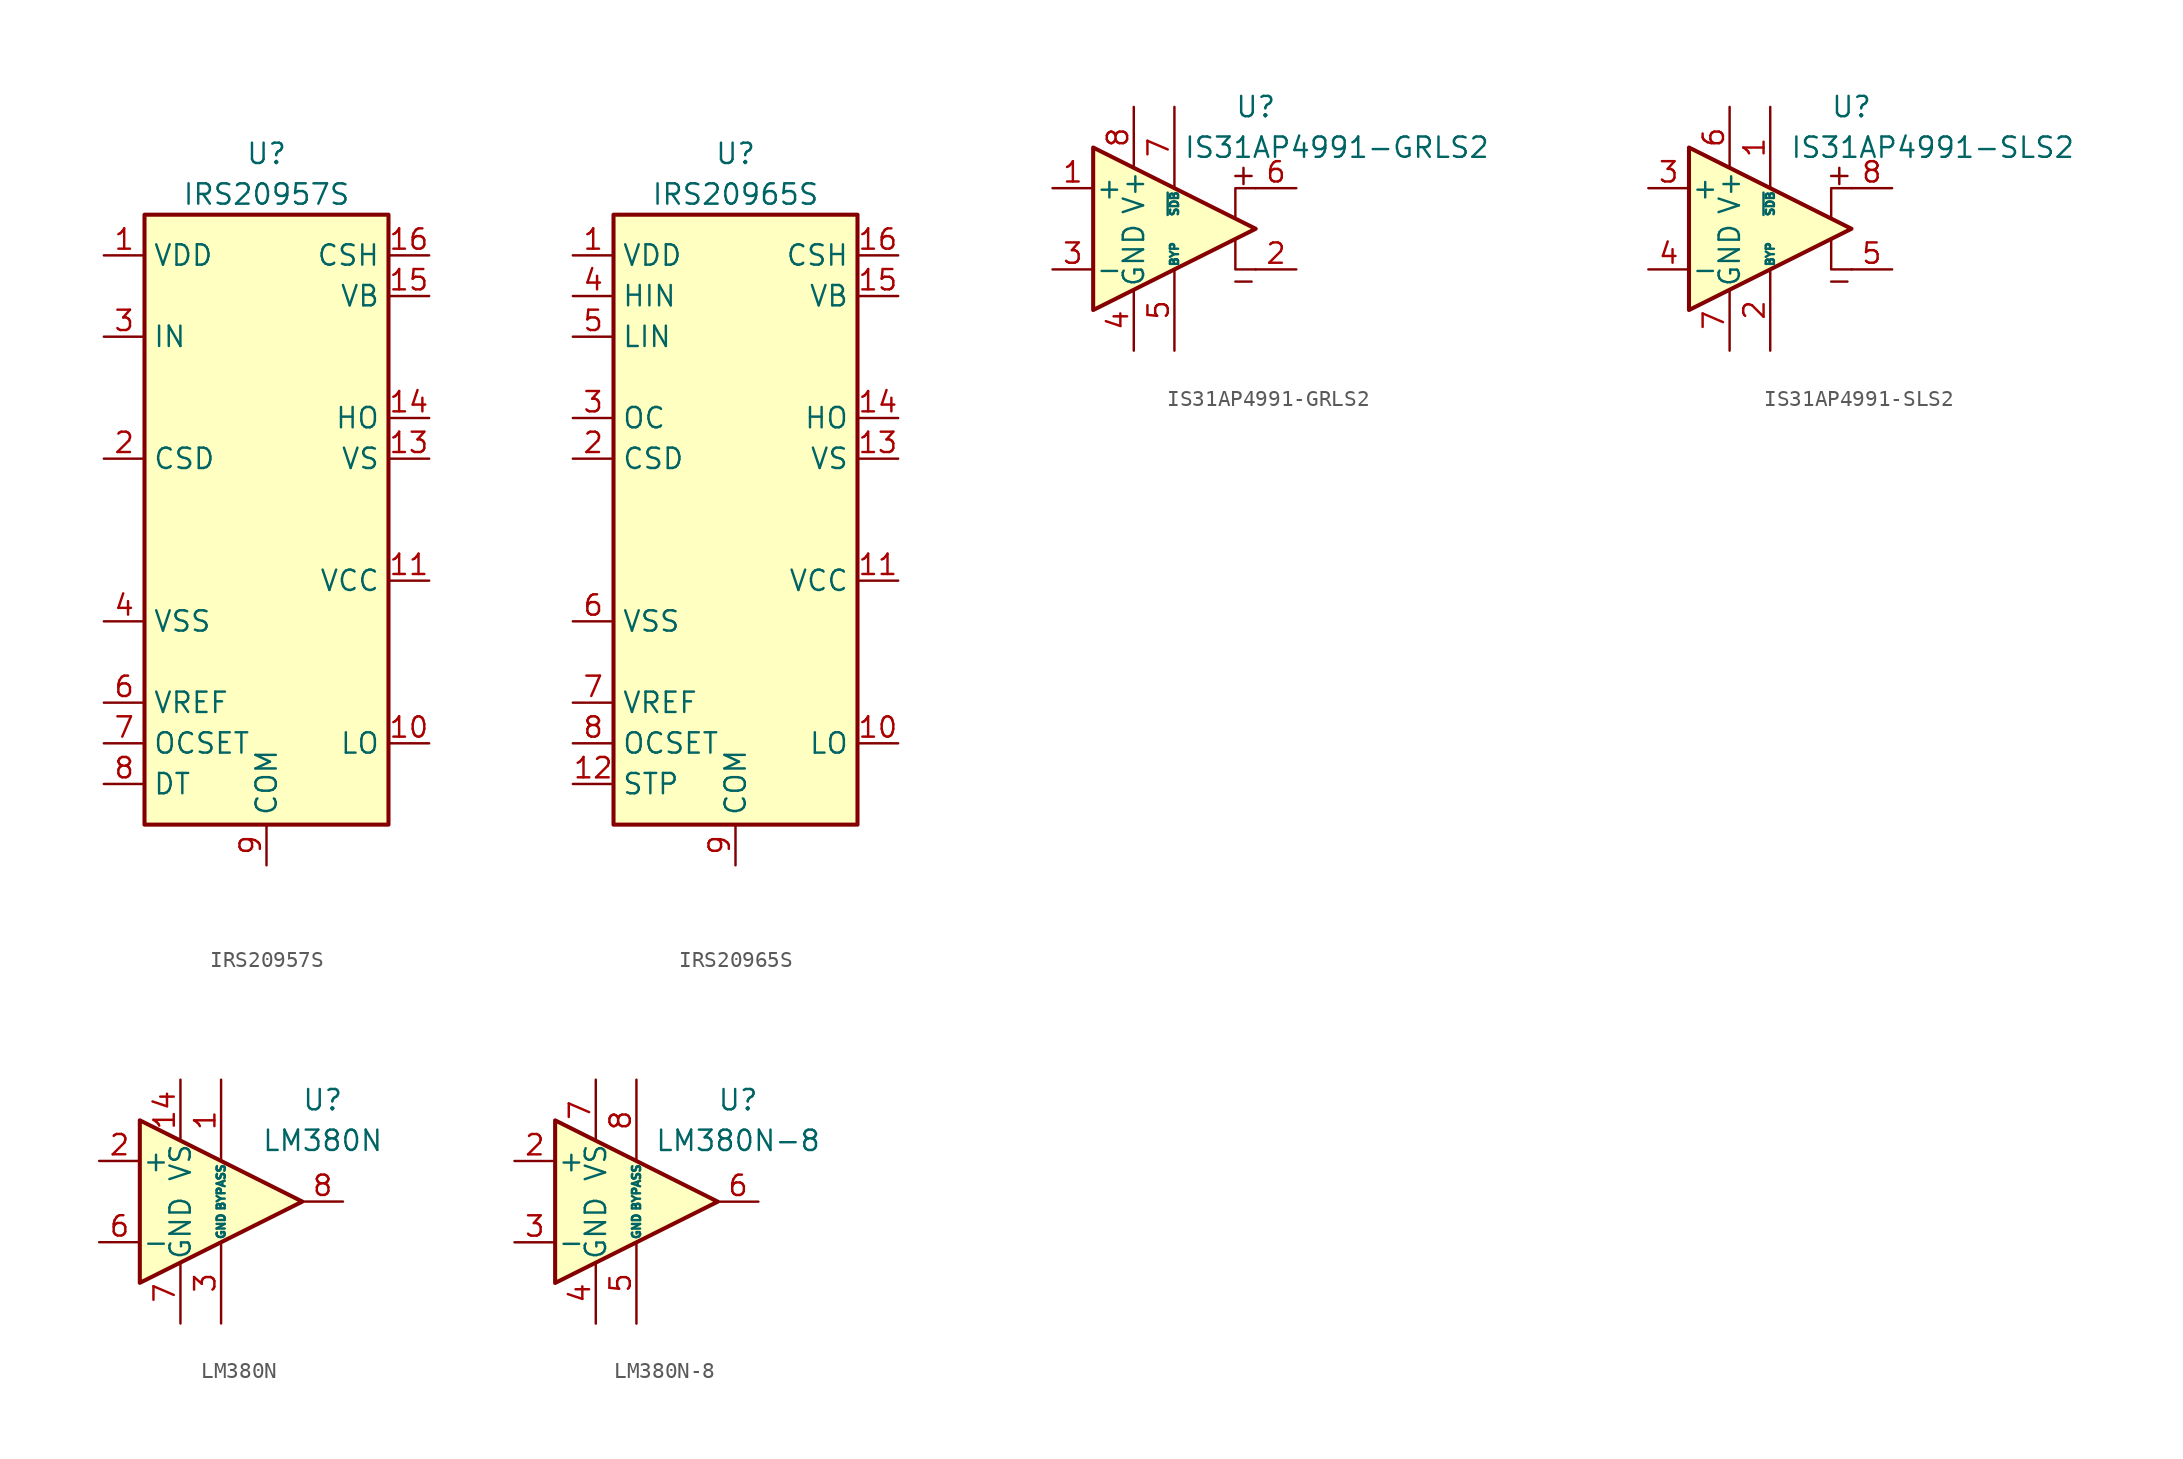
<source format=kicad_sym>
(kicad_symbol_lib
  (version 20200908)
  (generator kicad_symbol_editor)
  (symbol "Amplifier_Audio:IRS20957S"
    (property "Reference" "U"
      (at 0 24.13 0)
      (effects (font (size 1.27 1.27))))
    (property "Value" "IRS20957S"
      (at 0 21.59 0)
      (effects (font (size 1.27 1.27))))
    (symbol "IRS20957S_0_1"
      (rectangle (start -7.62 -17.78) (end 7.62 20.32) (stroke (width 0.254)) (fill (type background))))
    (symbol "IRS20957S_1_1"
      (pin power_in line (at -10.16 17.78 0) (length 2.54) (name "VDD" (effects (font (size 1.27 1.27)))) (number "1" (effects (font (size 1.27 1.27)))))
      (pin output line (at 10.16 -12.7 180) (length 2.54) (name "LO" (effects (font (size 1.27 1.27)))) (number "10" (effects (font (size 1.27 1.27)))))
      (pin power_in line (at 10.16 -2.54 180) (length 2.54) (name "VCC" (effects (font (size 1.27 1.27)))) (number "11" (effects (font (size 1.27 1.27)))))
      (pin unconnected line (at 7.62 0 180) (length 2.54) hide (name "NC" (effects (font (size 1.27 1.27)))) (number "12" (effects (font (size 1.27 1.27)))))
      (pin passive line (at 10.16 5.08 180) (length 2.54) (name "VS" (effects (font (size 1.27 1.27)))) (number "13" (effects (font (size 1.27 1.27)))))
      (pin output line (at 10.16 7.62 180) (length 2.54) (name "HO" (effects (font (size 1.27 1.27)))) (number "14" (effects (font (size 1.27 1.27)))))
      (pin power_in line (at 10.16 15.24 180) (length 2.54) (name "VB" (effects (font (size 1.27 1.27)))) (number "15" (effects (font (size 1.27 1.27)))))
      (pin passive line (at 10.16 17.78 180) (length 2.54) (name "CSH" (effects (font (size 1.27 1.27)))) (number "16" (effects (font (size 1.27 1.27)))))
      (pin passive line (at -10.16 5.08 0) (length 2.54) (name "CSD" (effects (font (size 1.27 1.27)))) (number "2" (effects (font (size 1.27 1.27)))))
      (pin input line (at -10.16 12.7 0) (length 2.54) (name "IN" (effects (font (size 1.27 1.27)))) (number "3" (effects (font (size 1.27 1.27)))))
      (pin power_in line (at -10.16 -5.08 0) (length 2.54) (name "VSS" (effects (font (size 1.27 1.27)))) (number "4" (effects (font (size 1.27 1.27)))))
      (pin unconnected line (at -7.62 0 0) (length 2.54) hide (name "NC" (effects (font (size 1.27 1.27)))) (number "5" (effects (font (size 1.27 1.27)))))
      (pin power_out line (at -10.16 -10.16 0) (length 2.54) (name "VREF" (effects (font (size 1.27 1.27)))) (number "6" (effects (font (size 1.27 1.27)))))
      (pin passive line (at -10.16 -12.7 0) (length 2.54) (name "OCSET" (effects (font (size 1.27 1.27)))) (number "7" (effects (font (size 1.27 1.27)))))
      (pin passive line (at -10.16 -15.24 0) (length 2.54) (name "DT" (effects (font (size 1.27 1.27)))) (number "8" (effects (font (size 1.27 1.27)))))
      (pin power_in line (at 0 -20.32 90) (length 2.54) (name "COM" (effects (font (size 1.27 1.27)))) (number "9" (effects (font (size 1.27 1.27)))))))
  (symbol "Amplifier_Audio:IRS20965S"
    (property "Reference" "U"
      (at 0 24.13 0)
      (effects (font (size 1.27 1.27))))
    (property "Value" "IRS20965S"
      (at 0 21.59 0)
      (effects (font (size 1.27 1.27))))
    (symbol "IRS20965S_0_1"
      (rectangle (start -7.62 -17.78) (end 7.62 20.32) (stroke (width 0.254)) (fill (type background))))
    (symbol "IRS20965S_1_1"
      (pin power_in line (at -10.16 17.78 0) (length 2.54) (name "VDD" (effects (font (size 1.27 1.27)))) (number "1" (effects (font (size 1.27 1.27)))))
      (pin output line (at 10.16 -12.7 180) (length 2.54) (name "LO" (effects (font (size 1.27 1.27)))) (number "10" (effects (font (size 1.27 1.27)))))
      (pin power_in line (at 10.16 -2.54 180) (length 2.54) (name "VCC" (effects (font (size 1.27 1.27)))) (number "11" (effects (font (size 1.27 1.27)))))
      (pin input line (at -10.16 -15.24 0) (length 2.54) (name "STP" (effects (font (size 1.27 1.27)))) (number "12" (effects (font (size 1.27 1.27)))))
      (pin passive line (at 10.16 5.08 180) (length 2.54) (name "VS" (effects (font (size 1.27 1.27)))) (number "13" (effects (font (size 1.27 1.27)))))
      (pin output line (at 10.16 7.62 180) (length 2.54) (name "HO" (effects (font (size 1.27 1.27)))) (number "14" (effects (font (size 1.27 1.27)))))
      (pin power_in line (at 10.16 15.24 180) (length 2.54) (name "VB" (effects (font (size 1.27 1.27)))) (number "15" (effects (font (size 1.27 1.27)))))
      (pin passive line (at 10.16 17.78 180) (length 2.54) (name "CSH" (effects (font (size 1.27 1.27)))) (number "16" (effects (font (size 1.27 1.27)))))
      (pin passive line (at -10.16 5.08 0) (length 2.54) (name "CSD" (effects (font (size 1.27 1.27)))) (number "2" (effects (font (size 1.27 1.27)))))
      (pin open_collector line (at -10.16 7.62 0) (length 2.54) (name "OC" (effects (font (size 1.27 1.27)))) (number "3" (effects (font (size 1.27 1.27)))))
      (pin input line (at -10.16 15.24 0) (length 2.54) (name "HIN" (effects (font (size 1.27 1.27)))) (number "4" (effects (font (size 1.27 1.27)))))
      (pin input line (at -10.16 12.7 0) (length 2.54) (name "LIN" (effects (font (size 1.27 1.27)))) (number "5" (effects (font (size 1.27 1.27)))))
      (pin power_in line (at -10.16 -5.08 0) (length 2.54) (name "VSS" (effects (font (size 1.27 1.27)))) (number "6" (effects (font (size 1.27 1.27)))))
      (pin power_out line (at -10.16 -10.16 0) (length 2.54) (name "VREF" (effects (font (size 1.27 1.27)))) (number "7" (effects (font (size 1.27 1.27)))))
      (pin passive line (at -10.16 -12.7 0) (length 2.54) (name "OCSET" (effects (font (size 1.27 1.27)))) (number "8" (effects (font (size 1.27 1.27)))))
      (pin power_in line (at 0 -20.32 90) (length 2.54) (name "COM" (effects (font (size 1.27 1.27)))) (number "9" (effects (font (size 1.27 1.27)))))))
  (symbol "Amplifier_Audio:IS31AP4991-GRLS2"
    (pin_names
      (offset 0.127))
    (property "Reference" "U"
      (at 5.08 7.62 0)
      (effects (font (size 1.27 1.27))))
    (property "Value" "IS31AP4991-GRLS2"
      (at 10.16 5.08 0)
      (effects (font (size 1.27 1.27))))
    (symbol "IS31AP4991-GRLS2_0_1"
      (polyline (pts (xy 3.81 -3.302) (xy 4.826 -3.302)) (stroke (width 0)) (fill (type none)))
      (polyline (pts (xy 4.318 3.81) (xy 4.318 2.794)) (stroke (width 0)) (fill (type none)))
      (polyline (pts (xy 4.826 3.302) (xy 3.81 3.302)) (stroke (width 0)) (fill (type none))))
    (symbol "IS31AP4991-GRLS2_1_1"
      (polyline (pts (xy 3.81 -0.635) (xy 3.81 -2.54) (xy 5.08 -2.54)) (stroke (width 0)) (fill (type none)))
      (polyline (pts (xy 5.08 2.54) (xy 3.81 2.54) (xy 3.81 0.635)) (stroke (width 0)) (fill (type none)))
      (polyline (pts (xy -5.08 5.08) (xy 5.08 0) (xy -5.08 -5.08) (xy -5.08 5.08)) (stroke (width 0.254)) (fill (type background)))
      (pin input line (at -7.62 2.54 0) (length 2.54) (name "+" (effects (font (size 1.27 1.27)))) (number "1" (effects (font (size 1.27 1.27)))))
      (pin output line (at 7.62 -2.54 180) (length 2.54) (name "~" (effects (font (size 1.27 1.27)))) (number "2" (effects (font (size 1.27 1.27)))))
      (pin input line (at -7.62 -2.54 0) (length 2.54) (name "-" (effects (font (size 1.27 1.27)))) (number "3" (effects (font (size 1.27 1.27)))))
      (pin power_in line (at -2.54 -7.62 90) (length 3.81) (name "GND" (effects (font (size 1.27 1.27)))) (number "4" (effects (font (size 1.27 1.27)))))
      (pin passive line (at 0 -7.62 90) (length 5.08) (name "BYP" (effects (font (size 0.508 0.508)))) (number "5" (effects (font (size 1.27 1.27)))))
      (pin output line (at 7.62 2.54 180) (length 2.54) (name "~" (effects (font (size 1.27 1.27)))) (number "6" (effects (font (size 1.27 1.27)))))
      (pin input line (at 0 7.62 270) (length 5.08) (name "~SDB" (effects (font (size 0.508 0.508)))) (number "7" (effects (font (size 1.27 1.27)))))
      (pin power_in line (at -2.54 7.62 270) (length 3.81) (name "V+" (effects (font (size 1.27 1.27)))) (number "8" (effects (font (size 1.27 1.27)))))))
  (symbol "Amplifier_Audio:IS31AP4991-SLS2"
    (pin_names
      (offset 0.127))
    (property "Reference" "U"
      (at 5.08 7.62 0)
      (effects (font (size 1.27 1.27))))
    (property "Value" "IS31AP4991-SLS2"
      (at 10.16 5.08 0)
      (effects (font (size 1.27 1.27))))
    (symbol "IS31AP4991-SLS2_0_1"
      (polyline (pts (xy 3.81 -3.302) (xy 4.826 -3.302)) (stroke (width 0)) (fill (type none)))
      (polyline (pts (xy 3.81 3.302) (xy 4.826 3.302)) (stroke (width 0)) (fill (type none)))
      (polyline (pts (xy 4.318 2.794) (xy 4.318 3.81)) (stroke (width 0)) (fill (type none))))
    (symbol "IS31AP4991-SLS2_1_1"
      (polyline (pts (xy 3.81 -0.635) (xy 3.81 -2.54) (xy 5.08 -2.54)) (stroke (width 0)) (fill (type none)))
      (polyline (pts (xy 5.08 2.54) (xy 3.81 2.54) (xy 3.81 0.635)) (stroke (width 0)) (fill (type none)))
      (polyline (pts (xy -5.08 5.08) (xy 5.08 0) (xy -5.08 -5.08) (xy -5.08 5.08)) (stroke (width 0.254)) (fill (type background)))
      (pin input line (at 0 7.62 270) (length 5.08) (name "~SDB" (effects (font (size 0.508 0.508)))) (number "1" (effects (font (size 1.27 1.27)))))
      (pin passive line (at 0 -7.62 90) (length 5.08) (name "BYP" (effects (font (size 0.508 0.508)))) (number "2" (effects (font (size 1.27 1.27)))))
      (pin input line (at -7.62 2.54 0) (length 2.54) (name "+" (effects (font (size 1.27 1.27)))) (number "3" (effects (font (size 1.27 1.27)))))
      (pin input line (at -7.62 -2.54 0) (length 2.54) (name "-" (effects (font (size 1.27 1.27)))) (number "4" (effects (font (size 1.27 1.27)))))
      (pin output line (at 7.62 -2.54 180) (length 2.54) (name "~" (effects (font (size 1.27 1.27)))) (number "5" (effects (font (size 1.27 1.27)))))
      (pin power_in line (at -2.54 7.62 270) (length 3.81) (name "V+" (effects (font (size 1.27 1.27)))) (number "6" (effects (font (size 1.27 1.27)))))
      (pin power_in line (at -2.54 -7.62 90) (length 3.81) (name "GND" (effects (font (size 1.27 1.27)))) (number "7" (effects (font (size 1.27 1.27)))))
      (pin output line (at 7.62 2.54 180) (length 2.54) (name "~" (effects (font (size 1.27 1.27)))) (number "8" (effects (font (size 1.27 1.27)))))))
  (symbol "Amplifier_Audio:LM380N"
    (pin_names
      (offset 0.127))
    (property "Reference" "U"
      (at 6.35 6.35 0)
      (effects (font (size 1.27 1.27))))
    (property "Value" "LM380N"
      (at 6.35 3.81 0)
      (effects (font (size 1.27 1.27))))
    (symbol "LM380N_0_1"
      (polyline (pts (xy -5.08 5.08) (xy 5.08 0) (xy -5.08 -5.08) (xy -5.08 5.08)) (stroke (width 0.254)) (fill (type background))))
    (symbol "LM380N_1_1"
      (pin passive line (at 0 7.62 270) (length 5.08) (name "BYPASS" (effects (font (size 0.508 0.508)))) (number "1" (effects (font (size 1.27 1.27)))))
      (pin passive line (at 0 -7.62 90) (length 5.08) hide (name "GND" (effects (font (size 0.508 0.508)))) (number "10" (effects (font (size 1.27 1.27)))))
      (pin passive line (at 0 -7.62 90) (length 5.08) hide (name "GND" (effects (font (size 0.508 0.508)))) (number "11" (effects (font (size 1.27 1.27)))))
      (pin passive line (at 0 -7.62 90) (length 5.08) hide (name "GND" (effects (font (size 0.508 0.508)))) (number "12" (effects (font (size 1.27 1.27)))))
      (pin unconnected line (at 0 -2.54 90) (length 2.54) hide (name "NC" (effects (font (size 1.27 1.27)))) (number "13" (effects (font (size 1.27 1.27)))))
      (pin power_in line (at -2.54 7.62 270) (length 3.81) (name "VS" (effects (font (size 1.27 1.27)))) (number "14" (effects (font (size 1.27 1.27)))))
      (pin input line (at -7.62 2.54 0) (length 2.54) (name "+" (effects (font (size 1.27 1.27)))) (number "2" (effects (font (size 1.27 1.27)))))
      (pin power_in line (at 0 -7.62 90) (length 5.08) (name "GND" (effects (font (size 0.508 0.508)))) (number "3" (effects (font (size 1.27 1.27)))))
      (pin passive line (at 0 -7.62 90) (length 5.08) hide (name "GND" (effects (font (size 0.508 0.508)))) (number "4" (effects (font (size 1.27 1.27)))))
      (pin passive line (at 0 -7.62 90) (length 5.08) hide (name "GND" (effects (font (size 0.508 0.508)))) (number "5" (effects (font (size 1.27 1.27)))))
      (pin input line (at -7.62 -2.54 0) (length 2.54) (name "-" (effects (font (size 1.27 1.27)))) (number "6" (effects (font (size 1.27 1.27)))))
      (pin power_in line (at -2.54 -7.62 90) (length 3.81) (name "GND" (effects (font (size 1.27 1.27)))) (number "7" (effects (font (size 1.27 1.27)))))
      (pin output line (at 7.62 0 180) (length 2.54) (name "~" (effects (font (size 1.27 1.27)))) (number "8" (effects (font (size 1.27 1.27)))))
      (pin unconnected line (at 0 2.54 270) (length 2.54) hide (name "NC" (effects (font (size 1.27 1.27)))) (number "9" (effects (font (size 1.27 1.27)))))))
  (symbol "Amplifier_Audio:LM380N-8"
    (pin_names
      (offset 0.127))
    (property "Reference" "U"
      (at 6.35 6.35 0)
      (effects (font (size 1.27 1.27))))
    (property "Value" "LM380N-8"
      (at 6.35 3.81 0)
      (effects (font (size 1.27 1.27))))
    (symbol "LM380N-8_0_1"
      (polyline (pts (xy -5.08 5.08) (xy 5.08 0) (xy -5.08 -5.08) (xy -5.08 5.08)) (stroke (width 0.254)) (fill (type background))))
    (symbol "LM380N-8_1_1"
      (pin unconnected line (at 0 2.54 270) (length 2.54) hide (name "NC" (effects (font (size 1.27 1.27)))) (number "1" (effects (font (size 1.27 1.27)))))
      (pin input line (at -7.62 2.54 0) (length 2.54) (name "+" (effects (font (size 1.27 1.27)))) (number "2" (effects (font (size 1.27 1.27)))))
      (pin input line (at -7.62 -2.54 0) (length 2.54) (name "-" (effects (font (size 1.27 1.27)))) (number "3" (effects (font (size 1.27 1.27)))))
      (pin power_in line (at -2.54 -7.62 90) (length 3.81) (name "GND" (effects (font (size 1.27 1.27)))) (number "4" (effects (font (size 1.27 1.27)))))
      (pin power_in line (at 0 -7.62 90) (length 5.08) (name "GND" (effects (font (size 0.508 0.508)))) (number "5" (effects (font (size 1.27 1.27)))))
      (pin output line (at 7.62 0 180) (length 2.54) (name "~" (effects (font (size 1.27 1.27)))) (number "6" (effects (font (size 1.27 1.27)))))
      (pin power_in line (at -2.54 7.62 270) (length 3.81) (name "VS" (effects (font (size 1.27 1.27)))) (number "7" (effects (font (size 1.27 1.27)))))
      (pin passive line (at 0 7.62 270) (length 5.08) (name "BYPASS" (effects (font (size 0.508 0.508)))) (number "8" (effects (font (size 1.27 1.27))))))))
</source>
